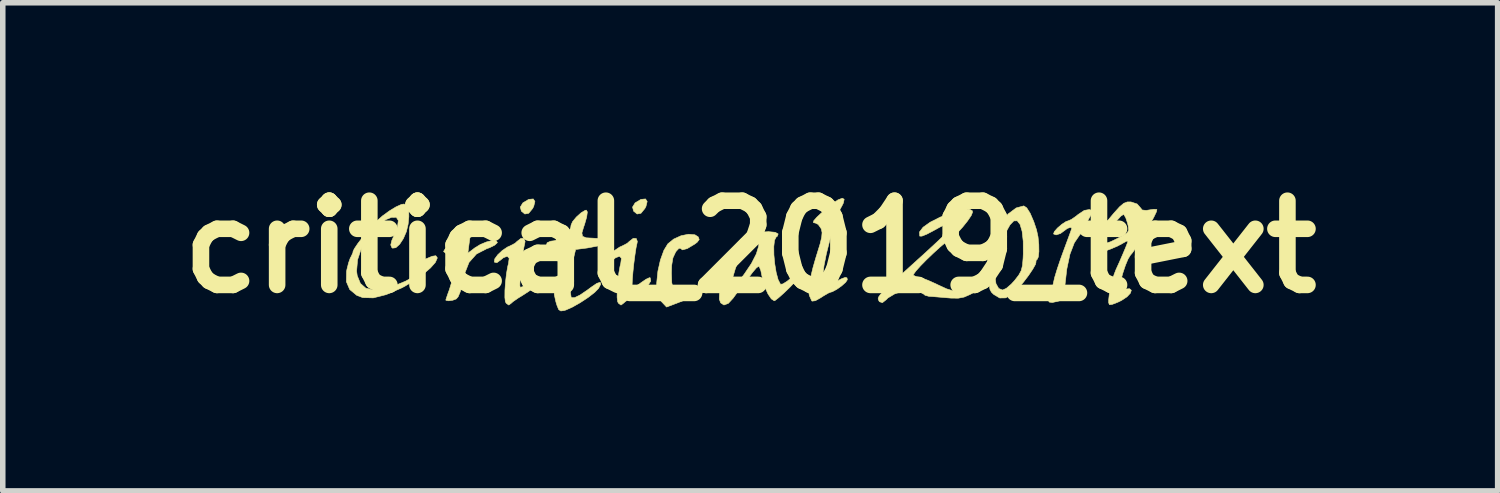
<source format=kicad_pcb>
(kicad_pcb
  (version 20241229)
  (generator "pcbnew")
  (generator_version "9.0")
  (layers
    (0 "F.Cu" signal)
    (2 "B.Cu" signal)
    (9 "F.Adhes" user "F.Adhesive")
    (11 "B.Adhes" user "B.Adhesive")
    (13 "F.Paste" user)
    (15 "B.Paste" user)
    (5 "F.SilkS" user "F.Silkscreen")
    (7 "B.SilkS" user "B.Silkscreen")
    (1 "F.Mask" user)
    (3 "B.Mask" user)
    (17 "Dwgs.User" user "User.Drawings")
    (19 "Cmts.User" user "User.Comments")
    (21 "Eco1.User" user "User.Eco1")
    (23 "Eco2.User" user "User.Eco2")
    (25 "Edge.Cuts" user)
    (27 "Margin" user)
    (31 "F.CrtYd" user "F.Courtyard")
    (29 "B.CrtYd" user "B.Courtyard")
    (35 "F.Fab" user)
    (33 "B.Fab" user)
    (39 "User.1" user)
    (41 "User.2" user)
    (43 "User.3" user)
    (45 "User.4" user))
  (footprint "critical_2019_text"
    (layer "F.Cu")
    (at 10.53 1.418)
    (property "Reference" "critical_2019_text" (at 0 0 0) (layer "F.SilkS") (effects (font (size 1.524 1.524) (thickness 0.3))))
    (attr through_hole)
    (fp_poly (pts (xy -3.897 -0.821) (xy -3.919 -0.732) (xy -3.938 -0.695) (xy -4.01 -0.607) (xy -4.079 -0.594) (xy -4.142 -0.645) (xy -4.162 -0.719) (xy -4.116 -0.795) (xy -4.013 -0.857) (xy -4.007 -0.859) (xy -3.927 -0.867) (xy -3.897 -0.821)) (stroke (width 0.01) (type solid)) (fill yes) (layer "F.SilkS"))
    (fp_poly (pts (xy -1.865 -0.821) (xy -1.887 -0.732) (xy -1.906 -0.695) (xy -1.978 -0.607) (xy -2.047 -0.594) (xy -2.11 -0.645) (xy -2.13 -0.719) (xy -2.084 -0.795) (xy -1.981 -0.857) (xy -1.975 -0.859) (xy -1.895 -0.867) (xy -1.865 -0.821)) (stroke (width 0.01) (type solid)) (fill yes) (layer "F.SilkS"))
    (fp_poly (pts (xy -1.001 -0.218) (xy -0.941 -0.18) (xy -0.923 -0.132) (xy -0.961 -0.082) (xy -1.005 -0.049) (xy -1.14 0.032) (xy -1.227 0.055) (xy -1.261 0.028) (xy -1.289 0.026) (xy -1.338 0.078) (xy -1.351 0.097) (xy -1.399 0.2) (xy -1.422 0.338) (xy -1.426 0.475) (xy -1.42 0.648) (xy -1.396 0.755) (xy -1.343 0.805) (xy -1.252 0.809) (xy -1.144 0.786) (xy -0.962 0.74) (xy -0.843 0.716) (xy -0.775 0.711) (xy -0.746 0.725) (xy -0.742 0.74) (xy -0.756 0.769) (xy -0.805 0.804) (xy -0.897 0.849) (xy -1.044 0.91) (xy -1.253 0.991) (xy -1.275 0.999) (xy -1.514 1.09) (xy -1.607 0.991) (xy -1.66 0.923) (xy -1.686 0.845) (xy -1.694 0.73) (xy -1.692 0.648) (xy -1.671 0.441) (xy -1.625 0.237) (xy -1.562 0.063) (xy -1.491 -0.054) (xy -1.384 -0.141) (xy -1.251 -0.201) (xy -1.116 -0.228) (xy -1.001 -0.218)) (stroke (width 0.01) (type solid)) (fill yes) (layer "F.SilkS"))
    (fp_poly (pts (xy -5.091 -0.039) (xy -5.111 0.115) (xy -4.982 0.017) (xy -4.882 -0.044) (xy -4.772 -0.089) (xy -4.672 -0.113) (xy -4.6 -0.111) (xy -4.577 -0.081) (xy -4.579 -0.074) (xy -4.624 -0.031) (xy -4.718 0.016) (xy -4.77 0.034) (xy -4.955 0.13) (xy -5.09 0.282) (xy -5.161 0.463) (xy -5.21 0.673) (xy -5.25 0.817) (xy -5.287 0.904) (xy -5.321 0.943) (xy -5.385 0.967) (xy -5.459 0.977) (xy -5.506 0.969) (xy -5.51 0.962) (xy -5.497 0.92) (xy -5.466 0.83) (xy -5.446 0.777) (xy -5.408 0.652) (xy -5.389 0.541) (xy -5.388 0.512) (xy -5.374 0.417) (xy -5.349 0.366) (xy -5.326 0.298) (xy -5.332 0.212) (xy -5.362 0.143) (xy -5.403 0.12) (xy -5.506 0.12) (xy -5.548 0.087) (xy -5.549 0.081) (xy -5.517 0.03) (xy -5.435 -0.035) (xy -5.328 -0.1) (xy -5.217 -0.15) (xy -5.192 -0.158) (xy -5.07 -0.193) (xy -5.091 -0.039)) (stroke (width 0.01) (type solid)) (fill yes) (layer "F.SilkS"))
    (fp_poly (pts (xy -4.095 -0.151) (xy -4.075 -0.098) (xy -4.08 -0.068) (xy -4.099 0.021) (xy -4.119 0.153) (xy -4.139 0.306) (xy -4.155 0.461) (xy -4.166 0.597) (xy -4.17 0.695) (xy -4.165 0.732) (xy -4.125 0.724) (xy -4.047 0.677) (xy -4.004 0.646) (xy -3.916 0.586) (xy -3.855 0.558) (xy -3.843 0.56) (xy -3.832 0.619) (xy -3.885 0.701) (xy -3.996 0.797) (xy -4.093 0.861) (xy -4.209 0.933) (xy -4.295 0.993) (xy -4.331 1.025) (xy -4.371 1.054) (xy -4.417 1.021) (xy -4.432 0.992) (xy -4.441 0.916) (xy -4.44 0.789) (xy -4.429 0.635) (xy -4.411 0.48) (xy -4.388 0.35) (xy -4.376 0.304) (xy -4.363 0.207) (xy -4.397 0.17) (xy -4.469 0.198) (xy -4.512 0.233) (xy -4.585 0.287) (xy -4.628 0.278) (xy -4.632 0.272) (xy -4.624 0.218) (xy -4.569 0.143) (xy -4.486 0.065) (xy -4.393 0.003) (xy -4.349 -0.016) (xy -4.259 -0.063) (xy -4.219 -0.099) (xy -4.15 -0.153) (xy -4.095 -0.151)) (stroke (width 0.01) (type solid)) (fill yes) (layer "F.SilkS"))
    (fp_poly (pts (xy -2.063 -0.151) (xy -2.043 -0.098) (xy -2.048 -0.068) (xy -2.067 0.021) (xy -2.087 0.153) (xy -2.107 0.306) (xy -2.123 0.461) (xy -2.134 0.597) (xy -2.138 0.695) (xy -2.133 0.732) (xy -2.093 0.724) (xy -2.015 0.677) (xy -1.972 0.646) (xy -1.884 0.586) (xy -1.823 0.558) (xy -1.811 0.56) (xy -1.8 0.619) (xy -1.853 0.701) (xy -1.964 0.797) (xy -2.061 0.861) (xy -2.177 0.933) (xy -2.263 0.993) (xy -2.299 1.025) (xy -2.339 1.054) (xy -2.385 1.021) (xy -2.4 0.992) (xy -2.409 0.916) (xy -2.408 0.789) (xy -2.397 0.635) (xy -2.379 0.48) (xy -2.356 0.35) (xy -2.344 0.304) (xy -2.331 0.207) (xy -2.365 0.17) (xy -2.437 0.198) (xy -2.48 0.233) (xy -2.553 0.287) (xy -2.596 0.278) (xy -2.6 0.272) (xy -2.592 0.218) (xy -2.537 0.143) (xy -2.454 0.065) (xy -2.361 0.003) (xy -2.317 -0.016) (xy -2.227 -0.063) (xy -2.187 -0.099) (xy -2.118 -0.153) (xy -2.063 -0.151)) (stroke (width 0.01) (type solid)) (fill yes) (layer "F.SilkS"))
    (fp_poly (pts (xy 6.139 -0.675) (xy 6.186 -0.658) (xy 6.193 -0.628) (xy 6.161 -0.563) (xy 6.136 -0.52) (xy 6.086 -0.427) (xy 6.058 -0.361) (xy 6.057 -0.351) (xy 6.033 -0.301) (xy 5.974 -0.227) (xy 5.968 -0.221) (xy 5.867 -0.073) (xy 5.788 0.133) (xy 5.731 0.402) (xy 5.692 0.741) (xy 5.69 0.761) (xy 5.676 0.882) (xy 5.648 0.947) (xy 5.596 0.978) (xy 5.583 0.982) (xy 5.469 1.008) (xy 5.412 1) (xy 5.393 0.954) (xy 5.393 0.94) (xy 5.408 0.867) (xy 5.427 0.843) (xy 5.453 0.795) (xy 5.479 0.698) (xy 5.487 0.659) (xy 5.511 0.554) (xy 5.558 0.4) (xy 5.619 0.219) (xy 5.668 0.084) (xy 5.729 -0.081) (xy 5.779 -0.216) (xy 5.812 -0.308) (xy 5.822 -0.339) (xy 5.796 -0.353) (xy 5.739 -0.332) (xy 5.698 -0.301) (xy 5.616 -0.241) (xy 5.538 -0.216) (xy 5.491 -0.233) (xy 5.505 -0.275) (xy 5.562 -0.34) (xy 5.64 -0.407) (xy 5.716 -0.457) (xy 5.757 -0.471) (xy 5.813 -0.495) (xy 5.899 -0.555) (xy 5.933 -0.583) (xy 6.047 -0.659) (xy 6.137 -0.675) (xy 6.139 -0.675)) (stroke (width 0.01) (type solid)) (fill yes) (layer "F.SilkS"))
    (fp_poly (pts (xy 1.701 -0.861) (xy 1.686 -0.792) (xy 1.66 -0.74) (xy 1.613 -0.656) (xy 1.586 -0.606) (xy 1.568 -0.555) (xy 1.534 -0.444) (xy 1.49 -0.292) (xy 1.44 -0.117) (xy 1.379 0.124) (xy 1.336 0.341) (xy 1.313 0.521) (xy 1.311 0.651) (xy 1.333 0.721) (xy 1.333 0.721) (xy 1.377 0.717) (xy 1.465 0.68) (xy 1.528 0.646) (xy 1.651 0.579) (xy 1.721 0.553) (xy 1.752 0.562) (xy 1.758 0.596) (xy 1.728 0.642) (xy 1.655 0.707) (xy 1.566 0.77) (xy 1.486 0.813) (xy 1.455 0.821) (xy 1.407 0.841) (xy 1.321 0.892) (xy 1.281 0.918) (xy 1.181 0.975) (xy 1.121 0.983) (xy 1.113 0.976) (xy 1.073 0.887) (xy 1.049 0.787) (xy 1.046 0.708) (xy 1.058 0.682) (xy 1.087 0.629) (xy 1.094 0.574) (xy 1.106 0.501) (xy 1.137 0.374) (xy 1.182 0.217) (xy 1.21 0.126) (xy 1.265 -0.052) (xy 1.294 -0.174) (xy 1.301 -0.258) (xy 1.288 -0.32) (xy 1.282 -0.333) (xy 1.231 -0.405) (xy 1.182 -0.43) (xy 1.144 -0.438) (xy 1.149 -0.47) (xy 1.203 -0.533) (xy 1.312 -0.635) (xy 1.329 -0.65) (xy 1.475 -0.773) (xy 1.589 -0.85) (xy 1.667 -0.88) (xy 1.701 -0.861)) (stroke (width 0.01) (type solid)) (fill yes) (layer "F.SilkS"))
    (fp_poly (pts (xy 5.005 -0.706) (xy 5.068 -0.607) (xy 5.133 -0.456) (xy 5.183 -0.307) (xy 5.21 -0.182) (xy 5.224 -0.044) (xy 5.226 0.086) (xy 5.215 0.185) (xy 5.191 0.233) (xy 5.185 0.234) (xy 5.17 0.258) (xy 5.175 0.269) (xy 5.164 0.317) (xy 5.114 0.406) (xy 5.037 0.52) (xy 4.945 0.641) (xy 4.851 0.752) (xy 4.767 0.837) (xy 4.748 0.853) (xy 4.626 0.924) (xy 4.517 0.926) (xy 4.41 0.863) (xy 4.368 0.823) (xy 4.341 0.774) (xy 4.326 0.699) (xy 4.319 0.581) (xy 4.319 0.532) (xy 4.429 0.532) (xy 4.449 0.667) (xy 4.498 0.754) (xy 4.568 0.782) (xy 4.636 0.752) (xy 4.726 0.675) (xy 4.788 0.607) (xy 4.862 0.511) (xy 4.906 0.43) (xy 4.929 0.336) (xy 4.94 0.202) (xy 4.943 0.128) (xy 4.942 -0.101) (xy 4.922 -0.281) (xy 4.885 -0.406) (xy 4.834 -0.471) (xy 4.772 -0.47) (xy 4.703 -0.398) (xy 4.603 -0.221) (xy 4.524 -0.026) (xy 4.468 0.173) (xy 4.435 0.363) (xy 4.429 0.532) (xy 4.319 0.532) (xy 4.318 0.404) (xy 4.322 0.204) (xy 4.335 0.057) (xy 4.362 -0.065) (xy 4.407 -0.185) (xy 4.411 -0.195) (xy 4.531 -0.423) (xy 4.669 -0.595) (xy 4.815 -0.704) (xy 4.952 -0.741) (xy 5.005 -0.706)) (stroke (width 0.01) (type solid)) (fill yes) (layer "F.SilkS"))
    (fp_poly (pts (xy -2.948 -0.631) (xy -2.96 -0.54) (xy -2.998 -0.407) (xy -3.015 -0.359) (xy -3.047 -0.251) (xy -3.035 -0.19) (xy -2.968 -0.163) (xy -2.835 -0.156) (xy -2.686 -0.147) (xy -2.608 -0.123) (xy -2.598 -0.09) (xy -2.654 -0.051) (xy -2.77 -0.013) (xy -2.944 0.02) (xy -2.966 0.023) (xy -3.16 0.048) (xy -3.209 0.249) (xy -3.233 0.38) (xy -3.25 0.533) (xy -3.257 0.686) (xy -3.255 0.817) (xy -3.243 0.903) (xy -3.234 0.921) (xy -3.181 0.921) (xy -3.081 0.873) (xy -2.944 0.78) (xy -2.88 0.732) (xy -2.776 0.661) (xy -2.716 0.642) (xy -2.705 0.675) (xy -2.745 0.752) (xy -2.815 0.824) (xy -2.932 0.915) (xy -3.073 1.008) (xy -3.215 1.089) (xy -3.335 1.143) (xy -3.366 1.153) (xy -3.428 1.161) (xy -3.467 1.136) (xy -3.498 1.06) (xy -3.518 0.994) (xy -3.547 0.863) (xy -3.544 0.766) (xy -3.519 0.688) (xy -3.482 0.585) (xy -3.436 0.441) (xy -3.4 0.32) (xy -3.363 0.177) (xy -3.358 0.094) (xy -3.394 0.056) (xy -3.479 0.048) (xy -3.556 0.051) (xy -3.649 0.048) (xy -3.688 0.019) (xy -3.693 -0.02) (xy -3.676 -0.074) (xy -3.612 -0.102) (xy -3.547 -0.11) (xy -3.415 -0.151) (xy -3.308 -0.237) (xy -3.249 -0.348) (xy -3.243 -0.393) (xy -3.215 -0.457) (xy -3.146 -0.54) (xy -3.061 -0.616) (xy -2.986 -0.661) (xy -2.966 -0.664) (xy -2.948 -0.631)) (stroke (width 0.01) (type solid)) (fill yes) (layer "F.SilkS"))
    (fp_poly (pts (xy -6.21 -0.744) (xy -6.181 -0.672) (xy -6.179 -0.546) (xy -6.192 -0.411) (xy -6.224 -0.275) (xy -6.279 -0.148) (xy -6.346 -0.046) (xy -6.415 0.016) (xy -6.474 0.024) (xy -6.487 0.014) (xy -6.507 -0.034) (xy -6.487 -0.116) (xy -6.451 -0.198) (xy -6.384 -0.364) (xy -6.37 -0.477) (xy -6.407 -0.535) (xy -6.493 -0.534) (xy -6.596 -0.492) (xy -6.77 -0.365) (xy -6.919 -0.189) (xy -7.035 0.017) (xy -7.107 0.233) (xy -7.125 0.439) (xy -7.114 0.521) (xy -7.056 0.663) (xy -6.958 0.749) (xy -6.814 0.78) (xy -6.62 0.756) (xy -6.418 0.696) (xy -6.235 0.62) (xy -6.09 0.538) (xy -5.994 0.457) (xy -5.956 0.384) (xy -5.969 0.344) (xy -5.988 0.301) (xy -5.953 0.262) (xy -5.879 0.222) (xy -5.758 0.171) (xy -5.692 0.161) (xy -5.667 0.192) (xy -5.666 0.207) (xy -5.699 0.282) (xy -5.787 0.381) (xy -5.918 0.494) (xy -6.078 0.608) (xy -6.253 0.714) (xy -6.31 0.744) (xy -6.589 0.865) (xy -6.823 0.924) (xy -7.014 0.919) (xy -7.121 0.879) (xy -7.249 0.773) (xy -7.31 0.631) (xy -7.307 0.447) (xy -7.3 0.408) (xy -7.27 0.289) (xy -7.239 0.202) (xy -7.225 0.178) (xy -7.192 0.107) (xy -7.19 0.086) (xy -7.166 0.034) (xy -7.102 -0.061) (xy -7.01 -0.181) (xy -6.902 -0.31) (xy -6.793 -0.433) (xy -6.759 -0.468) (xy -6.657 -0.559) (xy -6.535 -0.648) (xy -6.414 -0.722) (xy -6.315 -0.767) (xy -6.267 -0.775) (xy -6.21 -0.744)) (stroke (width 0.01) (type solid)) (fill yes) (layer "F.SilkS"))
    (fp_poly (pts (xy 0.452 -0.263) (xy 0.506 -0.234) (xy 0.492 -0.193) (xy 0.469 -0.176) (xy 0.44 -0.118) (xy 0.427 -0.004) (xy 0.429 0.145) (xy 0.444 0.307) (xy 0.47 0.464) (xy 0.505 0.594) (xy 0.547 0.676) (xy 0.548 0.678) (xy 0.591 0.672) (xy 0.669 0.623) (xy 0.737 0.567) (xy 0.848 0.476) (xy 0.913 0.441) (xy 0.932 0.455) (xy 0.906 0.512) (xy 0.836 0.606) (xy 0.725 0.725) (xy 0.61 0.836) (xy 0.513 0.922) (xy 0.45 0.971) (xy 0.435 0.977) (xy 0.382 0.942) (xy 0.322 0.853) (xy 0.266 0.73) (xy 0.225 0.594) (xy 0.214 0.537) (xy 0.192 0.429) (xy 0.165 0.362) (xy 0.152 0.352) (xy 0.112 0.381) (xy 0.047 0.457) (xy 0.001 0.518) (xy -0.077 0.626) (xy -0.144 0.714) (xy -0.168 0.742) (xy -0.225 0.813) (xy -0.296 0.911) (xy -0.308 0.928) (xy -0.396 1.024) (xy -0.475 1.053) (xy -0.535 1.014) (xy -0.559 0.948) (xy -0.556 0.855) (xy -0.529 0.722) (xy -0.339 0.722) (xy -0.324 0.741) (xy -0.288 0.712) (xy -0.219 0.634) (xy -0.13 0.524) (xy -0.106 0.492) (xy 0.022 0.302) (xy 0.111 0.128) (xy 0.154 -0.015) (xy 0.156 -0.049) (xy 0.124 -0.071) (xy 0.051 -0.076) (xy -0.026 -0.064) (xy -0.06 -0.048) (xy -0.107 0.01) (xy -0.161 0.114) (xy -0.216 0.247) (xy -0.268 0.392) (xy -0.309 0.531) (xy -0.335 0.646) (xy -0.339 0.722) (xy -0.529 0.722) (xy -0.525 0.702) (xy -0.47 0.502) (xy -0.442 0.414) (xy -0.353 0.164) (xy -0.263 -0.019) (xy -0.162 -0.145) (xy -0.037 -0.222) (xy 0.121 -0.262) (xy 0.325 -0.274) (xy 0.337 -0.274) (xy 0.452 -0.263)) (stroke (width 0.01) (type solid)) (fill yes) (layer "F.SilkS"))
    (fp_poly (pts (xy 7.003 -0.776) (xy 7.052 -0.721) (xy 7.096 -0.667) (xy 7.168 -0.659) (xy 7.218 -0.667) (xy 7.309 -0.68) (xy 7.36 -0.676) (xy 7.362 -0.675) (xy 7.353 -0.634) (xy 7.31 -0.544) (xy 7.244 -0.42) (xy 7.163 -0.277) (xy 7.077 -0.132) (xy 6.994 -0.001) (xy 6.924 0.102) (xy 6.879 0.156) (xy 6.84 0.22) (xy 6.792 0.335) (xy 6.745 0.476) (xy 6.706 0.616) (xy 6.684 0.73) (xy 6.682 0.764) (xy 6.714 0.775) (xy 6.777 0.766) (xy 6.866 0.758) (xy 6.899 0.786) (xy 6.882 0.839) (xy 6.821 0.904) (xy 6.722 0.97) (xy 6.656 1.002) (xy 6.553 1.042) (xy 6.504 1.048) (xy 6.489 1.014) (xy 6.488 0.967) (xy 6.503 0.832) (xy 6.539 0.663) (xy 6.587 0.5) (xy 6.622 0.41) (xy 6.684 0.274) (xy 6.744 0.135) (xy 6.796 0.012) (xy 6.83 -0.075) (xy 6.838 -0.105) (xy 6.811 -0.102) (xy 6.743 -0.064) (xy 6.742 -0.063) (xy 6.646 -0.012) (xy 6.516 0.043) (xy 6.463 0.062) (xy 6.349 0.096) (xy 6.285 0.1) (xy 6.25 0.075) (xy 6.248 0.072) (xy 6.222 -0.017) (xy 6.243 -0.116) (xy 6.409 -0.116) (xy 6.418 -0.078) (xy 6.453 -0.069) (xy 6.526 -0.093) (xy 6.648 -0.152) (xy 6.747 -0.205) (xy 6.823 -0.252) (xy 6.851 -0.3) (xy 6.842 -0.38) (xy 6.83 -0.429) (xy 6.798 -0.526) (xy 6.766 -0.581) (xy 6.756 -0.586) (xy 6.71 -0.556) (xy 6.639 -0.479) (xy 6.558 -0.376) (xy 6.483 -0.267) (xy 6.428 -0.172) (xy 6.409 -0.116) (xy 6.243 -0.116) (xy 6.247 -0.13) (xy 6.324 -0.276) (xy 6.457 -0.459) (xy 6.585 -0.612) (xy 6.687 -0.725) (xy 6.762 -0.788) (xy 6.827 -0.813) (xy 6.891 -0.813) (xy 7.003 -0.776)) (stroke (width 0.01) (type solid)) (fill yes) (layer "F.SilkS"))
    (fp_poly (pts (xy 4.019 -0.654) (xy 4.025 -0.627) (xy 4 -0.565) (xy 3.934 -0.468) (xy 3.845 -0.357) (xy 3.75 -0.252) (xy 3.663 -0.171) (xy 3.631 -0.149) (xy 3.546 -0.088) (xy 3.436 0.005) (xy 3.313 0.117) (xy 3.19 0.235) (xy 3.081 0.346) (xy 2.999 0.438) (xy 2.956 0.498) (xy 2.953 0.513) (xy 3.006 0.542) (xy 3.043 0.547) (xy 3.109 0.564) (xy 3.222 0.608) (xy 3.361 0.67) (xy 3.393 0.686) (xy 3.556 0.761) (xy 3.663 0.794) (xy 3.724 0.787) (xy 3.749 0.739) (xy 3.751 0.706) (xy 3.787 0.638) (xy 3.87 0.586) (xy 3.96 0.558) (xy 4.024 0.574) (xy 4.065 0.607) (xy 4.13 0.686) (xy 4.126 0.755) (xy 4.051 0.823) (xy 3.979 0.863) (xy 3.871 0.91) (xy 3.766 0.93) (xy 3.63 0.928) (xy 3.559 0.922) (xy 3.416 0.91) (xy 3.297 0.9) (xy 3.234 0.896) (xy 3.165 0.877) (xy 3.146 0.859) (xy 3.097 0.833) (xy 3 0.808) (xy 2.959 0.801) (xy 2.789 0.802) (xy 2.623 0.847) (xy 2.492 0.926) (xy 2.464 0.955) (xy 2.393 1.011) (xy 2.339 0.993) (xy 2.321 0.96) (xy 2.316 0.936) (xy 2.326 0.906) (xy 2.356 0.864) (xy 2.414 0.802) (xy 2.506 0.712) (xy 2.639 0.589) (xy 2.821 0.424) (xy 2.931 0.324) (xy 3.187 0.092) (xy 3.388 -0.094) (xy 3.537 -0.236) (xy 3.639 -0.34) (xy 3.696 -0.41) (xy 3.712 -0.448) (xy 3.692 -0.461) (xy 3.639 -0.451) (xy 3.624 -0.447) (xy 3.545 -0.414) (xy 3.427 -0.353) (xy 3.313 -0.29) (xy 3.197 -0.229) (xy 3.109 -0.194) (xy 3.069 -0.194) (xy 3.064 -0.268) (xy 3.129 -0.354) (xy 3.257 -0.445) (xy 3.441 -0.538) (xy 3.669 -0.624) (xy 3.848 -0.675) (xy 3.964 -0.685) (xy 4.019 -0.654)) (stroke (width 0.01) (type solid)) (fill yes) (layer "F.SilkS")))
  (gr_rect
    (start -3 -3)
    (end 24.06 5.836)
    (stroke (width 0.1) (type default))
    (fill no)
    (layer "Edge.Cuts")))
</source>
